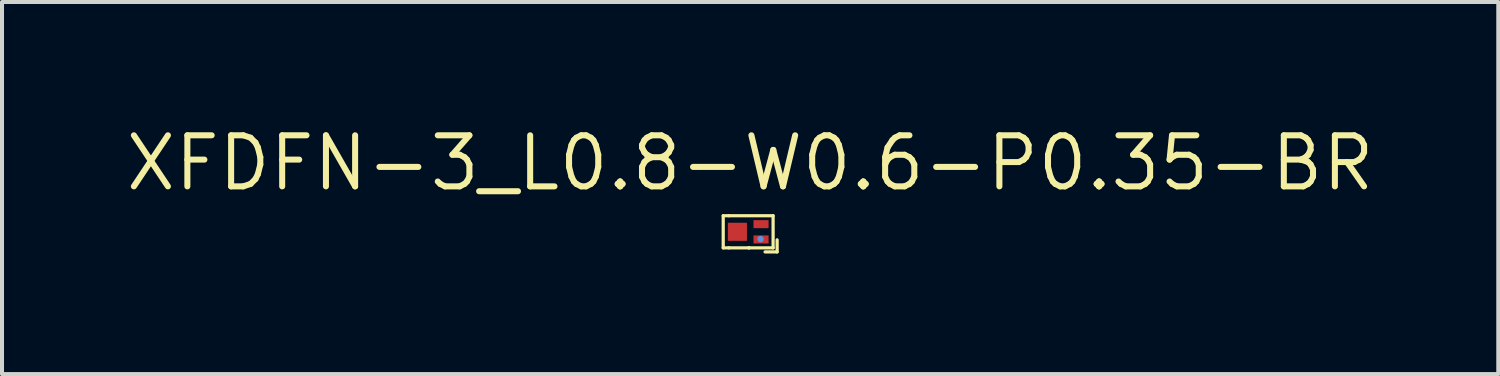
<source format=kicad_pcb>
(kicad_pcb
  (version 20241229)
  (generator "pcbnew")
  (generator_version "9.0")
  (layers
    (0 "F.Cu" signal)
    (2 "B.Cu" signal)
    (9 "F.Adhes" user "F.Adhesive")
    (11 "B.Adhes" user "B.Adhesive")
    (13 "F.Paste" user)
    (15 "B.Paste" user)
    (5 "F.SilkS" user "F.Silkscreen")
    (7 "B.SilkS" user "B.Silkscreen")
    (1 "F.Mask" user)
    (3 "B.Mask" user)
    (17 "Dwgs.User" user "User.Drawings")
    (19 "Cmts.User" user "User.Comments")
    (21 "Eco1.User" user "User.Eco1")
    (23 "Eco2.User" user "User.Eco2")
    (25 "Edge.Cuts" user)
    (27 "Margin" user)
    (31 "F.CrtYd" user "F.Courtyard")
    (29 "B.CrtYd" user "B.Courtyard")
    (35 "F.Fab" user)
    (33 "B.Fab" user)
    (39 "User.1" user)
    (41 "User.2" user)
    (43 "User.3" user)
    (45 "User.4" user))
  (footprint "XFDFN-3_L0.8-W0.6-P0.35-BR"
    (layer "F.Cu")
    (at 15.587 2.716)
    (property "Reference" "XFDFN-3_L0.8-W0.6-P0.35-BR" (at 0.024 -1.71 0) (layer "F.SilkS") (effects (font (size 1.27 1.27) (thickness 0.15))))
    (attr smd)
    (fp_line (start -0.647 -0.4) (end -0.647 0.4) (stroke (width 0.08) (type solid)) (layer "F.SilkS"))
    (fp_line (start -0.507 -0.4) (end -0.647 -0.4) (stroke (width 0.08) (type solid)) (layer "F.SilkS"))
    (fp_line (start -0.507 -0.4) (end 0.594 -0.4) (stroke (width 0.08) (type solid)) (layer "F.SilkS"))
    (fp_line (start -0.506 0.4) (end -0.647 0.4) (stroke (width 0.08) (type solid)) (layer "F.SilkS"))
    (fp_line (start -0.006 0.4) (end -0.506 0.4) (stroke (width 0.08) (type solid)) (layer "F.SilkS"))
    (fp_line (start -0.006 0.4) (end -0.006 0.4) (stroke (width 0.08) (type solid)) (layer "F.SilkS"))
    (fp_line (start 0.394 0.5) (end 0.694 0.5) (stroke (width 0.08) (type solid)) (layer "F.SilkS"))
    (fp_line (start 0.594 -0.4) (end 0.594 0.4) (stroke (width 0.08) (type solid)) (layer "F.SilkS"))
    (fp_line (start 0.594 0.4) (end -0.006 0.4) (stroke (width 0.08) (type solid)) (layer "F.SilkS"))
    (fp_line (start 0.694 0.5) (end 0.694 0.2) (stroke (width 0.08) (type solid)) (layer "F.SilkS"))
    (fp_circle (center 0.282 0.18) (end 0.322 0.18) (stroke (width 0.08) (type solid)) (fill no) (layer "Cmts.User"))
    (fp_text user "" (at 0 0 0) (layer "Cmts.User") (effects (font (size 1 1) (thickness 0.15))))
    (pad "1" smd rect (at 0.294 0.19 90) (size 0.2 0.375) (layers "F.Cu" "F.Mask" "F.Paste"))
    (pad "2" smd rect (at 0.294 -0.19 90) (size 0.2 0.375) (layers "F.Cu" "F.Mask" "F.Paste"))
    (pad "3" smd rect (at -0.294 0 90) (size 0.45 0.475) (layers "F.Cu" "F.Mask" "F.Paste")))
  (gr_rect
    (start -3 -3)
    (end 34.22 6.256)
    (stroke (width 0.1) (type default))
    (fill no)
    (layer "Edge.Cuts")))
</source>
